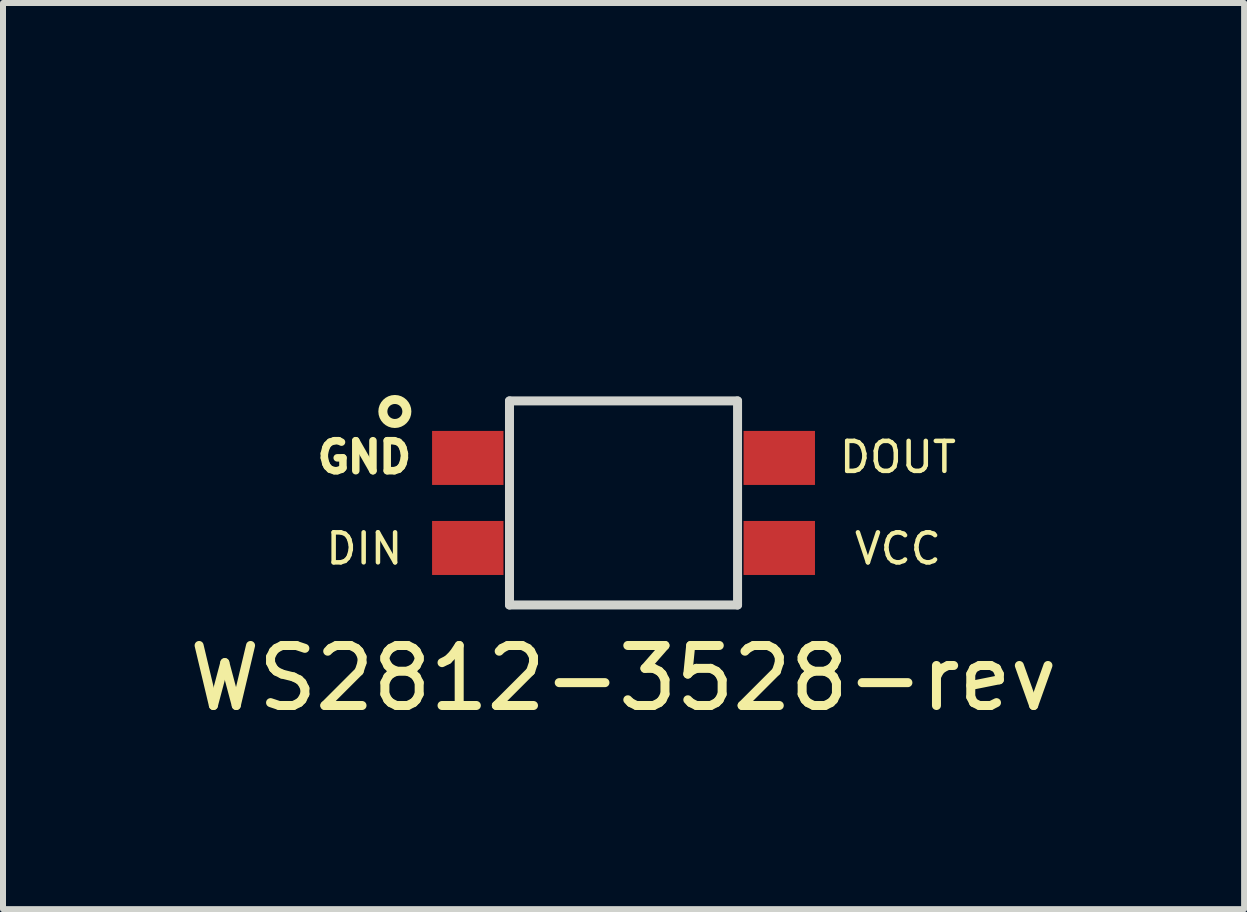
<source format=kicad_pcb>
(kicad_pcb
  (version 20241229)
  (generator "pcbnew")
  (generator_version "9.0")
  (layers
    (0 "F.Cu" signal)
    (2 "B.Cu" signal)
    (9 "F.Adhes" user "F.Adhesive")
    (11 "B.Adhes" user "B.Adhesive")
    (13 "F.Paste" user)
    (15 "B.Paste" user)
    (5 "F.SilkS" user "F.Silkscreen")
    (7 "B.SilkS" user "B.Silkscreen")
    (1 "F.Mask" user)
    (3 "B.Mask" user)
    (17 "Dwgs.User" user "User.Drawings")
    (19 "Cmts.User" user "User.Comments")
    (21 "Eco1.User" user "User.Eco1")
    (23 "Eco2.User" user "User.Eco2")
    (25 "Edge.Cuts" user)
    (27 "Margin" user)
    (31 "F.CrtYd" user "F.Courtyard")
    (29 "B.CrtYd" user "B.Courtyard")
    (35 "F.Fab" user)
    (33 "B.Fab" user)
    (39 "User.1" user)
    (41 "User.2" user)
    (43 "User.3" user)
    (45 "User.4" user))
  (footprint "WS2812-3528-rev"
    (layer "F.Cu")
    (at 7.339 0.25)
    (property "Reference" "WS2812-3528-rev" (at 0 8 0) (layer "F.SilkS") (effects (font (size 1 1) (thickness 0.15))))
    (attr smd)
    (fp_circle (center -3.81 3.556) (end -3.81 3.356) (stroke (width 0.15) (type solid)) (fill no) (layer "F.SilkS"))
    (fp_line (start -1.9 3.38) (end -1.9 6.78) (stroke (width 0.15) (type solid)) (layer "Edge.Cuts"))
    (fp_line (start 1.9 3.38) (end -1.9 3.38) (stroke (width 0.15) (type solid)) (layer "Edge.Cuts"))
    (fp_line (start 1.9 3.38) (end 1.9 6.78) (stroke (width 0.15) (type solid)) (layer "Edge.Cuts"))
    (fp_line (start 1.9 6.78) (end -1.9 6.78) (stroke (width 0.15) (type solid)) (layer "Edge.Cuts"))
    (fp_text user "GND" (at -4.318 4.318 0) (layer "F.SilkS") (effects (font (size 0.5 0.5) (thickness 0.125))))
    (fp_text user "VCC" (at 4.572 5.842 0) (layer "F.SilkS") (effects (font (size 0.5 0.5) (thickness 0.075))))
    (fp_text user "DOUT" (at 4.572 4.318 0) (layer "F.SilkS") (effects (font (size 0.5 0.5) (thickness 0.075))))
    (fp_text user "DIN" (at -4.318 5.842 0) (layer "F.SilkS") (effects (font (size 0.5 0.5) (thickness 0.075))))
    (pad "1" smd rect (at -2.595 4.33) (size 1.19 0.9) (layers "F.Cu" "F.Mask" "F.Paste"))
    (pad "2" smd rect (at 2.595 5.83) (size 1.19 0.9) (layers "F.Cu" "F.Mask" "F.Paste"))
    (pad "3" smd rect (at 2.595 4.33) (size 1.19 0.9) (layers "F.Cu" "F.Mask" "F.Paste"))
    (pad "4" smd rect (at -2.595 5.83) (size 1.19 0.9) (layers "F.Cu" "F.Mask" "F.Paste")))
  (gr_rect
    (start -3 -3)
    (end 17.679 12.098)
    (stroke (width 0.1) (type default))
    (fill no)
    (layer "Edge.Cuts")))
</source>
